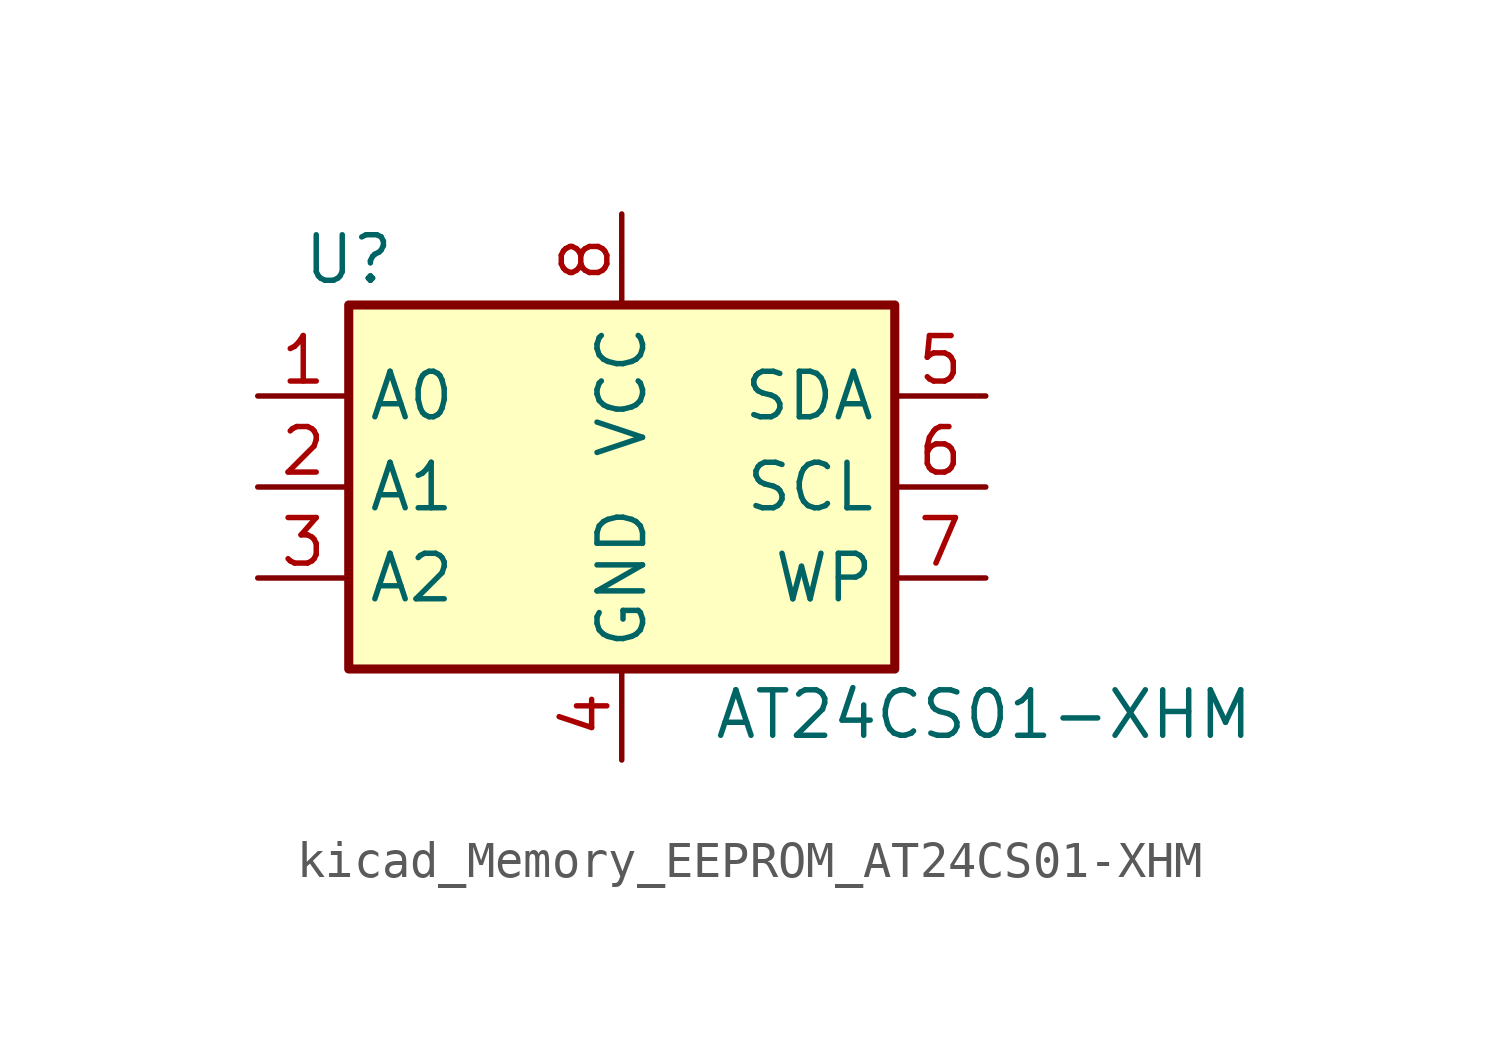
<source format=kicad_sym>
(kicad_symbol_lib
  (version 20220914)
  (generator kicad_symbol_editor)
  (symbol "kicad_Memory_EEPROM_AT24CS01-XHM"
    (property "Reference" "U"
      (at -7.62 6.35 0)
      (effects (font (size 1.27 1.27))))
    (property "Value" "AT24CS01-XHM"
      (at 2.54 -6.35 0)
      (effects (font (size 1.27 1.27)) (justify left)))
    (symbol "kicad_Memory_EEPROM_AT24CS01-XHM_1_1"
      (rectangle (start -7.62 5.08) (end 7.62 -5.08) (stroke (width 0.254) (type default)) (fill (type background)))
      (pin input line (at -10.16 2.54 0) (length 2.54) (name "A0" (effects (font (size 1.27 1.27)))) (number "1" (effects (font (size 1.27 1.27)))))
      (pin input line (at -10.16 0 0) (length 2.54) (name "A1" (effects (font (size 1.27 1.27)))) (number "2" (effects (font (size 1.27 1.27)))))
      (pin input line (at -10.16 -2.54 0) (length 2.54) (name "A2" (effects (font (size 1.27 1.27)))) (number "3" (effects (font (size 1.27 1.27)))))
      (pin power_in line (at 0 -7.62 90) (length 2.54) (name "GND" (effects (font (size 1.27 1.27)))) (number "4" (effects (font (size 1.27 1.27)))))
      (pin bidirectional line (at 10.16 2.54 180) (length 2.54) (name "SDA" (effects (font (size 1.27 1.27)))) (number "5" (effects (font (size 1.27 1.27)))))
      (pin input line (at 10.16 0 180) (length 2.54) (name "SCL" (effects (font (size 1.27 1.27)))) (number "6" (effects (font (size 1.27 1.27)))))
      (pin input line (at 10.16 -2.54 180) (length 2.54) (name "WP" (effects (font (size 1.27 1.27)))) (number "7" (effects (font (size 1.27 1.27)))))
      (pin power_in line (at 0 7.62 270) (length 2.54) (name "VCC" (effects (font (size 1.27 1.27)))) (number "8" (effects (font (size 1.27 1.27))))))))
</source>
